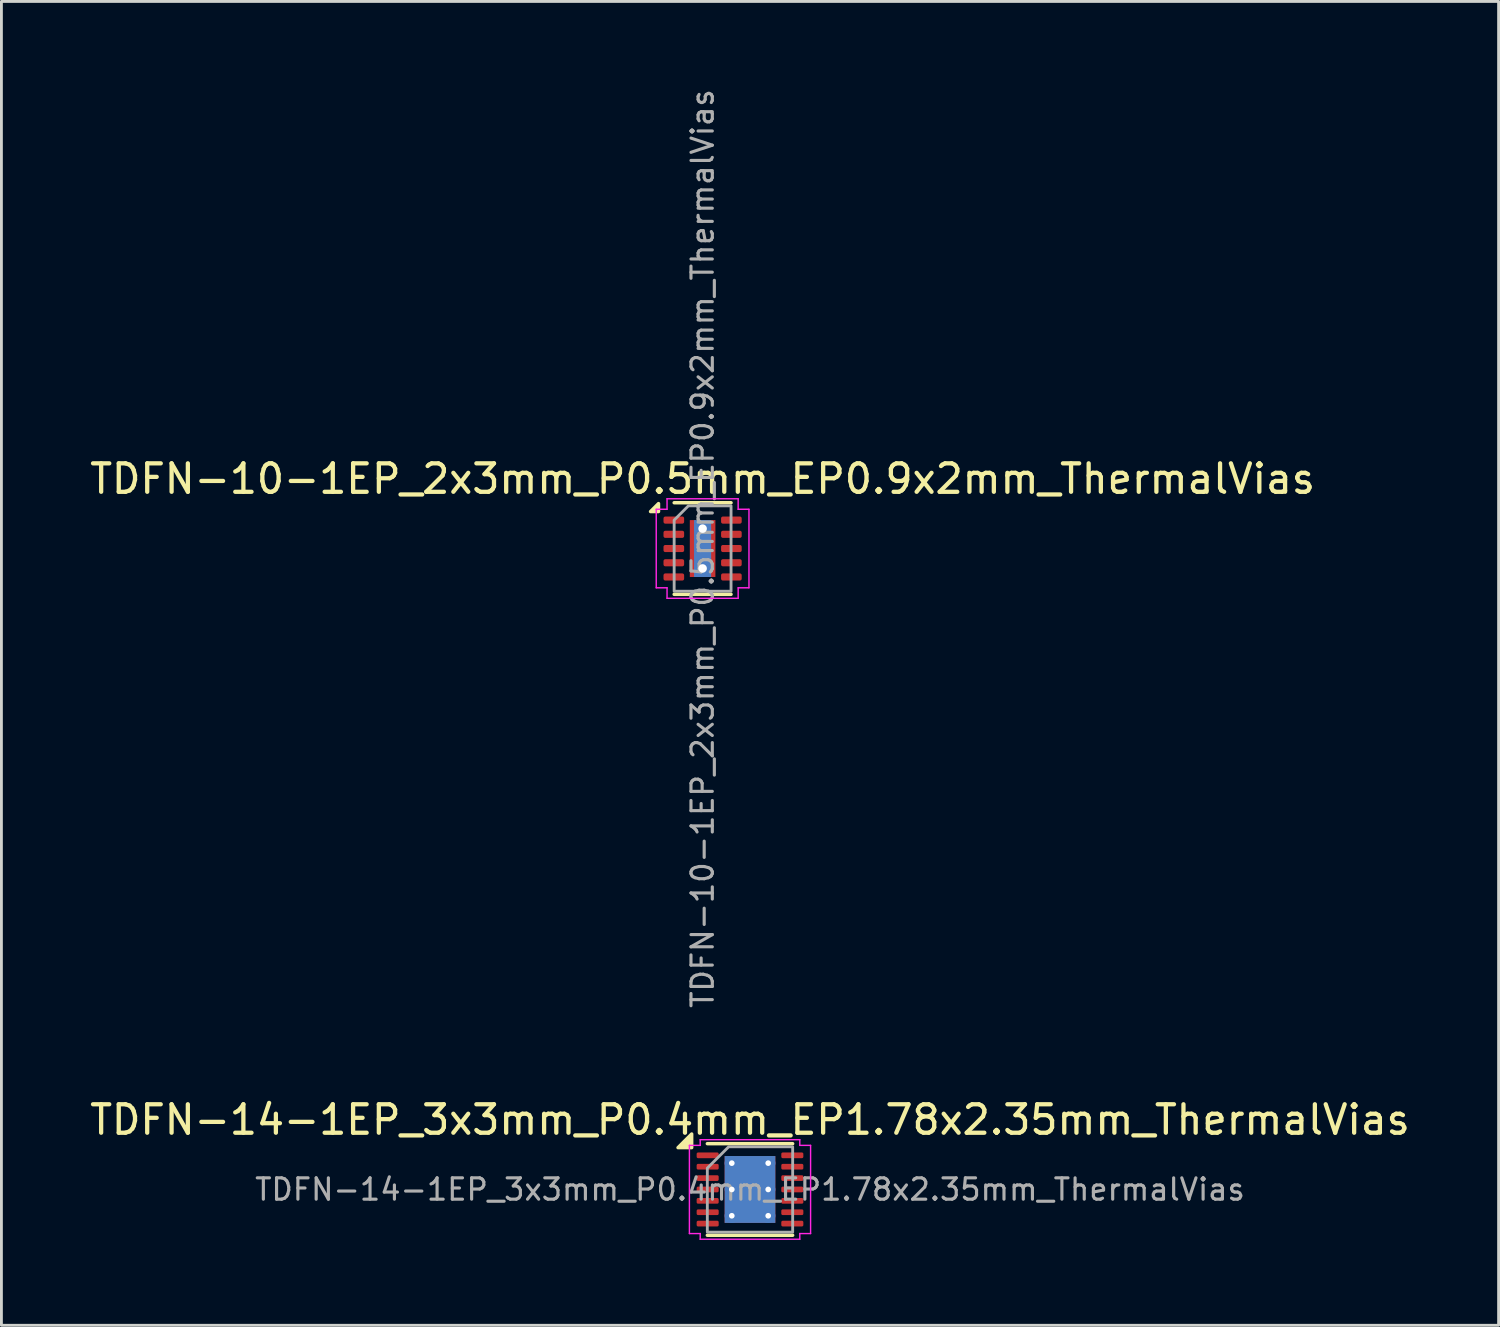
<source format=kicad_pcb>
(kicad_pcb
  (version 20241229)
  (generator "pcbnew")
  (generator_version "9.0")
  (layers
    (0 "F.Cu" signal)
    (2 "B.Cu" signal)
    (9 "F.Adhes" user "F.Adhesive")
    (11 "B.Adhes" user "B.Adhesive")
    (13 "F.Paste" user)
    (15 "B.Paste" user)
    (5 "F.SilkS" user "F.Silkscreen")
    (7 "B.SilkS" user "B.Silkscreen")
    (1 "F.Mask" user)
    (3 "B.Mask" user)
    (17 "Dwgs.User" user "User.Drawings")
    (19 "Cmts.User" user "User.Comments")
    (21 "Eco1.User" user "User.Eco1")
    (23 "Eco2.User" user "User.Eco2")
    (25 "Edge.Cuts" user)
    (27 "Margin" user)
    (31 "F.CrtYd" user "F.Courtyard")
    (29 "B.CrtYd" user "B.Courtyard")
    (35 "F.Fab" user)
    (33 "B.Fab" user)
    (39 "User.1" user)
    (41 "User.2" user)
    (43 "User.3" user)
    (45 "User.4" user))
  (footprint "TDFN-10-1EP_2x3mm_P0.5mm_EP0.9x2mm_ThermalVias"
    (layer "F.Cu")
    (at 21.649 16.233)
    (property "Reference" "TDFN-10-1EP_2x3mm_P0.5mm_EP0.9x2mm_ThermalVias" (at 0 -2.45 0) (layer "F.SilkS") (effects (font (size 1 1) (thickness 0.15))))
    (attr smd)
    (fp_line (start -1 -1.61) (end 1 -1.61) (stroke (width 0.12) (type solid)) (layer "F.SilkS"))
    (fp_line (start -1 1.61) (end 1 1.61) (stroke (width 0.12) (type solid)) (layer "F.SilkS"))
    (fp_poly (pts (xy -1.55 -1.3) (xy -1.83 -1.3) (xy -1.55 -1.58)) (stroke (width 0.12) (type solid)) (fill yes) (layer "F.SilkS"))
    (fp_line (start -1.63 -1.38) (end -1.25 -1.38) (stroke (width 0.05) (type solid)) (layer "F.CrtYd"))
    (fp_line (start -1.63 1.38) (end -1.63 -1.38) (stroke (width 0.05) (type solid)) (layer "F.CrtYd"))
    (fp_line (start -1.25 -1.75) (end 1.25 -1.75) (stroke (width 0.05) (type solid)) (layer "F.CrtYd"))
    (fp_line (start -1.25 -1.38) (end -1.25 -1.75) (stroke (width 0.05) (type solid)) (layer "F.CrtYd"))
    (fp_line (start -1.25 1.38) (end -1.63 1.38) (stroke (width 0.05) (type solid)) (layer "F.CrtYd"))
    (fp_line (start -1.25 1.75) (end -1.25 1.38) (stroke (width 0.05) (type solid)) (layer "F.CrtYd"))
    (fp_line (start 1.25 -1.75) (end 1.25 -1.38) (stroke (width 0.05) (type solid)) (layer "F.CrtYd"))
    (fp_line (start 1.25 -1.38) (end 1.63 -1.38) (stroke (width 0.05) (type solid)) (layer "F.CrtYd"))
    (fp_line (start 1.25 1.38) (end 1.25 1.75) (stroke (width 0.05) (type solid)) (layer "F.CrtYd"))
    (fp_line (start 1.25 1.75) (end -1.25 1.75) (stroke (width 0.05) (type solid)) (layer "F.CrtYd"))
    (fp_line (start 1.63 -1.38) (end 1.63 1.38) (stroke (width 0.05) (type solid)) (layer "F.CrtYd"))
    (fp_line (start 1.63 1.38) (end 1.25 1.38) (stroke (width 0.05) (type solid)) (layer "F.CrtYd"))
    (fp_poly (pts (xy -1 -1) (xy -1 1.5) (xy 1 1.5) (xy 1 -1.5) (xy -0.5 -1.5)) (stroke (width 0.1) (type solid)) (fill no) (layer "F.Fab"))
    (fp_text user "${REFERENCE}" (at 0 0 90) (layer "F.Fab") (effects (font (size 0.75 0.75) (thickness 0.11))))
    (pad "" smd roundrect (at 0 -0.5) (size 0.73 0.81) (layers "F.Paste") (roundrect_rratio 0.25))
    (pad "" smd roundrect (at 0 0.5) (size 0.73 0.81) (layers "F.Paste") (roundrect_rratio 0.25))
    (pad "1" smd roundrect (at -1.012 -1) (size 0.725 0.25) (layers "F.Cu" "F.Mask" "F.Paste") (roundrect_rratio 0.25))
    (pad "2" smd roundrect (at -1.012 -0.5) (size 0.725 0.25) (layers "F.Cu" "F.Mask" "F.Paste") (roundrect_rratio 0.25))
    (pad "3" smd roundrect (at -1.012 0) (size 0.725 0.25) (layers "F.Cu" "F.Mask" "F.Paste") (roundrect_rratio 0.25))
    (pad "4" smd roundrect (at -1.012 0.5) (size 0.725 0.25) (layers "F.Cu" "F.Mask" "F.Paste") (roundrect_rratio 0.25))
    (pad "5" smd roundrect (at -1.012 1) (size 0.725 0.25) (layers "F.Cu" "F.Mask" "F.Paste") (roundrect_rratio 0.25))
    (pad "6" smd roundrect (at 1.012 1) (size 0.725 0.25) (layers "F.Cu" "F.Mask" "F.Paste") (roundrect_rratio 0.25))
    (pad "7" smd roundrect (at 1.012 0.5) (size 0.725 0.25) (layers "F.Cu" "F.Mask" "F.Paste") (roundrect_rratio 0.25))
    (pad "8" smd roundrect (at 1.012 0) (size 0.725 0.25) (layers "F.Cu" "F.Mask" "F.Paste") (roundrect_rratio 0.25))
    (pad "9" smd roundrect (at 1.012 -0.5) (size 0.725 0.25) (layers "F.Cu" "F.Mask" "F.Paste") (roundrect_rratio 0.25))
    (pad "10" smd roundrect (at 1.012 -1) (size 0.725 0.25) (layers "F.Cu" "F.Mask" "F.Paste") (roundrect_rratio 0.25))
    (pad "11" thru_hole circle (at 0 -0.7) (size 0.6 0.6) (drill 0.3) (property pad_prop_heatsink) (layers "*.Cu"))
    (pad "11" smd rect (at 0 0) (size 0.6 2) (property pad_prop_heatsink) (layers "B.Cu"))
    (pad "11" smd rect (at 0 0) (size 0.9 2) (property pad_prop_heatsink) (layers "F.Cu" "F.Mask"))
    (pad "11" thru_hole circle (at 0 0.7) (size 0.6 0.6) (drill 0.3) (property pad_prop_heatsink) (layers "*.Cu")))
  (footprint "TDFN-14-1EP_3x3mm_P0.4mm_EP1.78x2.35mm_ThermalVias"
    (layer "F.Cu")
    (at 23.315 38.764)
    (property "Reference" "TDFN-14-1EP_3x3mm_P0.4mm_EP1.78x2.35mm_ThermalVias" (at 0 -2.45 0) (layer "F.SilkS") (effects (font (size 1 1) (thickness 0.15))))
    (attr smd)
    (fp_line (start -1.5 -1.61) (end 1.5 -1.61) (stroke (width 0.12) (type solid)) (layer "F.SilkS"))
    (fp_line (start -1.5 1.61) (end 1.5 1.61) (stroke (width 0.12) (type solid)) (layer "F.SilkS"))
    (fp_poly (pts (xy -2.05 -1.47) (xy -2.53 -1.47) (xy -2.05 -1.95)) (stroke (width 0.12) (type solid)) (fill yes) (layer "F.SilkS"))
    (fp_line (start -2.13 -1.55) (end -1.75 -1.55) (stroke (width 0.05) (type solid)) (layer "F.CrtYd"))
    (fp_line (start -2.13 1.55) (end -2.13 -1.55) (stroke (width 0.05) (type solid)) (layer "F.CrtYd"))
    (fp_line (start -1.75 -1.75) (end 1.75 -1.75) (stroke (width 0.05) (type solid)) (layer "F.CrtYd"))
    (fp_line (start -1.75 -1.55) (end -1.75 -1.75) (stroke (width 0.05) (type solid)) (layer "F.CrtYd"))
    (fp_line (start -1.75 1.55) (end -2.13 1.55) (stroke (width 0.05) (type solid)) (layer "F.CrtYd"))
    (fp_line (start -1.75 1.75) (end -1.75 1.55) (stroke (width 0.05) (type solid)) (layer "F.CrtYd"))
    (fp_line (start 1.75 -1.75) (end 1.75 -1.55) (stroke (width 0.05) (type solid)) (layer "F.CrtYd"))
    (fp_line (start 1.75 -1.55) (end 2.13 -1.55) (stroke (width 0.05) (type solid)) (layer "F.CrtYd"))
    (fp_line (start 1.75 1.55) (end 1.75 1.75) (stroke (width 0.05) (type solid)) (layer "F.CrtYd"))
    (fp_line (start 1.75 1.75) (end -1.75 1.75) (stroke (width 0.05) (type solid)) (layer "F.CrtYd"))
    (fp_line (start 2.13 -1.55) (end 2.13 1.55) (stroke (width 0.05) (type solid)) (layer "F.CrtYd"))
    (fp_line (start 2.13 1.55) (end 1.75 1.55) (stroke (width 0.05) (type solid)) (layer "F.CrtYd"))
    (fp_poly (pts (xy -1.5 -0.75) (xy -1.5 1.5) (xy 1.5 1.5) (xy 1.5 -1.5) (xy -0.75 -1.5)) (stroke (width 0.1) (type solid)) (fill no) (layer "F.Fab"))
    (fp_text user "${REFERENCE}" (at 0 0 0) (layer "F.Fab") (effects (font (size 0.75 0.75) (thickness 0.11))))
    (pad "" smd roundrect (at -0.445 -0.59) (size 0.77 1.02) (layers "F.Paste") (roundrect_rratio 0.25))
    (pad "" smd roundrect (at -0.445 0.59) (size 0.77 1.02) (layers "F.Paste") (roundrect_rratio 0.25))
    (pad "" smd roundrect (at 0.445 -0.59) (size 0.77 1.02) (layers "F.Paste") (roundrect_rratio 0.25))
    (pad "" smd roundrect (at 0.445 0.59) (size 0.77 1.02) (layers "F.Paste") (roundrect_rratio 0.25))
    (pad "1" smd roundrect (at -1.488 -1.2) (size 0.775 0.2) (layers "F.Cu" "F.Mask" "F.Paste") (roundrect_rratio 0.25))
    (pad "2" smd roundrect (at -1.488 -0.8) (size 0.775 0.2) (layers "F.Cu" "F.Mask" "F.Paste") (roundrect_rratio 0.25))
    (pad "3" smd roundrect (at -1.488 -0.4) (size 0.775 0.2) (layers "F.Cu" "F.Mask" "F.Paste") (roundrect_rratio 0.25))
    (pad "4" smd roundrect (at -1.488 0) (size 0.775 0.2) (layers "F.Cu" "F.Mask" "F.Paste") (roundrect_rratio 0.25))
    (pad "5" smd roundrect (at -1.488 0.4) (size 0.775 0.2) (layers "F.Cu" "F.Mask" "F.Paste") (roundrect_rratio 0.25))
    (pad "6" smd roundrect (at -1.488 0.8) (size 0.775 0.2) (layers "F.Cu" "F.Mask" "F.Paste") (roundrect_rratio 0.25))
    (pad "7" smd roundrect (at -1.488 1.2) (size 0.775 0.2) (layers "F.Cu" "F.Mask" "F.Paste") (roundrect_rratio 0.25))
    (pad "8" smd roundrect (at 1.488 1.2) (size 0.775 0.2) (layers "F.Cu" "F.Mask" "F.Paste") (roundrect_rratio 0.25))
    (pad "9" smd roundrect (at 1.488 0.8) (size 0.775 0.2) (layers "F.Cu" "F.Mask" "F.Paste") (roundrect_rratio 0.25))
    (pad "10" smd roundrect (at 1.488 0.4) (size 0.775 0.2) (layers "F.Cu" "F.Mask" "F.Paste") (roundrect_rratio 0.25))
    (pad "11" smd roundrect (at 1.488 0) (size 0.775 0.2) (layers "F.Cu" "F.Mask" "F.Paste") (roundrect_rratio 0.25))
    (pad "12" smd roundrect (at 1.488 -0.4) (size 0.775 0.2) (layers "F.Cu" "F.Mask" "F.Paste") (roundrect_rratio 0.25))
    (pad "13" smd roundrect (at 1.488 -0.8) (size 0.775 0.2) (layers "F.Cu" "F.Mask" "F.Paste") (roundrect_rratio 0.25))
    (pad "14" smd roundrect (at 1.488 -1.2) (size 0.775 0.2) (layers "F.Cu" "F.Mask" "F.Paste") (roundrect_rratio 0.25))
    (pad "15" thru_hole circle (at -0.64 -0.925) (size 0.5 0.5) (drill 0.2) (property pad_prop_heatsink) (layers "*.Cu"))
    (pad "15" thru_hole circle (at -0.64 0) (size 0.5 0.5) (drill 0.2) (property pad_prop_heatsink) (layers "*.Cu"))
    (pad "15" thru_hole circle (at -0.64 0.925) (size 0.5 0.5) (drill 0.2) (property pad_prop_heatsink) (layers "*.Cu"))
    (pad "15" smd rect (at 0 0) (size 1.78 2.35) (property pad_prop_heatsink) (layers "F.Cu" "F.Mask"))
    (pad "15" smd rect (at 0 0) (size 1.78 2.35) (property pad_prop_heatsink) (layers "B.Cu"))
    (pad "15" thru_hole circle (at 0.64 -0.925) (size 0.5 0.5) (drill 0.2) (property pad_prop_heatsink) (layers "*.Cu"))
    (pad "15" thru_hole circle (at 0.64 0) (size 0.5 0.5) (drill 0.2) (property pad_prop_heatsink) (layers "*.Cu"))
    (pad "15" thru_hole circle (at 0.64 0.925) (size 0.5 0.5) (drill 0.2) (property pad_prop_heatsink) (layers "*.Cu")))
  (gr_rect
    (start -3 -3)
    (end 49.631 43.539)
    (stroke (width 0.1) (type default))
    (fill no)
    (layer "Edge.Cuts")))
</source>
